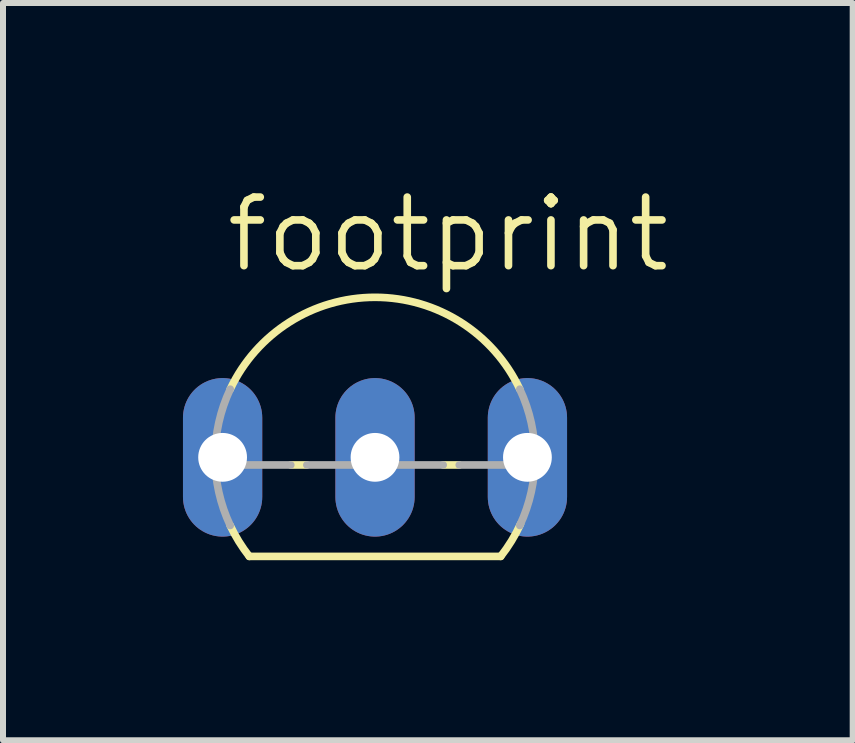
<source format=kicad_pcb>
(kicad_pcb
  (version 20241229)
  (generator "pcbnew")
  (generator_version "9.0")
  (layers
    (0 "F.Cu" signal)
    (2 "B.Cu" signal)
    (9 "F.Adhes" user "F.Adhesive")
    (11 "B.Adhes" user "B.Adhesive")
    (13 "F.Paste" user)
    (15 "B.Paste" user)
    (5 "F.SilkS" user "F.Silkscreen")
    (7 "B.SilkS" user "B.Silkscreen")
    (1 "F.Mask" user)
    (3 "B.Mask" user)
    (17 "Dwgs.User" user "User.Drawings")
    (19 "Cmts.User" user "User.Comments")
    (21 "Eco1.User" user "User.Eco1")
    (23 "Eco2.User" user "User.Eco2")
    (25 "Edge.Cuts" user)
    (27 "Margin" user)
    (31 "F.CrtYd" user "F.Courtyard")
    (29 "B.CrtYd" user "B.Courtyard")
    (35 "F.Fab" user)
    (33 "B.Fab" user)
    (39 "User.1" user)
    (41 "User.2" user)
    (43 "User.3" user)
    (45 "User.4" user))
  (footprint "footprint"
    (layer "F.Cu")
    (at 3.2 4.572)
    (property "Reference" "footprint" (at -2.54 -3.048 0) (layer "F.SilkS") (effects (font (size 1.143 1.143) (thickness 0.127)) (justify left bottom)))
    (fp_line (start -2.095 1.651) (end 2.095 1.651) (stroke (width 0.127) (type solid)) (layer "F.SilkS"))
    (fp_line (start -1.136 0.127) (end -1.404 0.127) (stroke (width 0.127) (type solid)) (layer "F.SilkS"))
    (fp_line (start 1.404 0.127) (end 1.136 0.127) (stroke (width 0.127) (type solid)) (layer "F.SilkS"))
    (fp_arc (start -2.413 -1.1359) (mid 0 -2.66699) (end 2.413 -1.1359) (stroke (width 0.127) (type solid)) (layer "F.SilkS"))
    (fp_arc (start -2.095 1.651) (mid -2.268918 1.40252) (end -2.4135 1.1359) (stroke (width 0.127) (type solid)) (layer "F.SilkS"))
    (fp_arc (start 2.4247 1.1118) (mid 2.275878 1.391201) (end 2.095 1.651) (stroke (width 0.127) (type solid)) (layer "F.SilkS"))
    (fp_line (start -1.404 0.127) (end -2.664 0.127) (stroke (width 0.127) (type solid)) (layer "F.Fab"))
    (fp_line (start 1.136 0.127) (end -1.136 0.127) (stroke (width 0.127) (type solid)) (layer "F.Fab"))
    (fp_line (start 2.664 0.127) (end 1.404 0.127) (stroke (width 0.127) (type solid)) (layer "F.Fab"))
    (fp_arc (start -2.413 1.1359) (mid -2.66699 0) (end -2.413 -1.1359) (stroke (width 0.127) (type solid)) (layer "F.Fab"))
    (fp_arc (start 2.413 -1.1359) (mid 2.66699 0) (end 2.413 1.1359) (stroke (width 0.127) (type solid)) (layer "F.Fab"))
    (pad "1" thru_hole oval (at -2.54 0 90) (size 2.642 1.321) (drill 0.813) (layers "*.Cu" "*.Mask"))
    (pad "2" thru_hole oval (at 0 0 90) (size 2.642 1.321) (drill 0.813) (layers "*.Cu" "*.Mask"))
    (pad "3" thru_hole oval (at 2.54 0 90) (size 2.642 1.321) (drill 0.813) (layers "*.Cu" "*.Mask")))
  (gr_rect
    (start -3 -3)
    (end 11.161 9.287)
    (stroke (width 0.1) (type default))
    (fill no)
    (layer "Edge.Cuts")))
</source>
